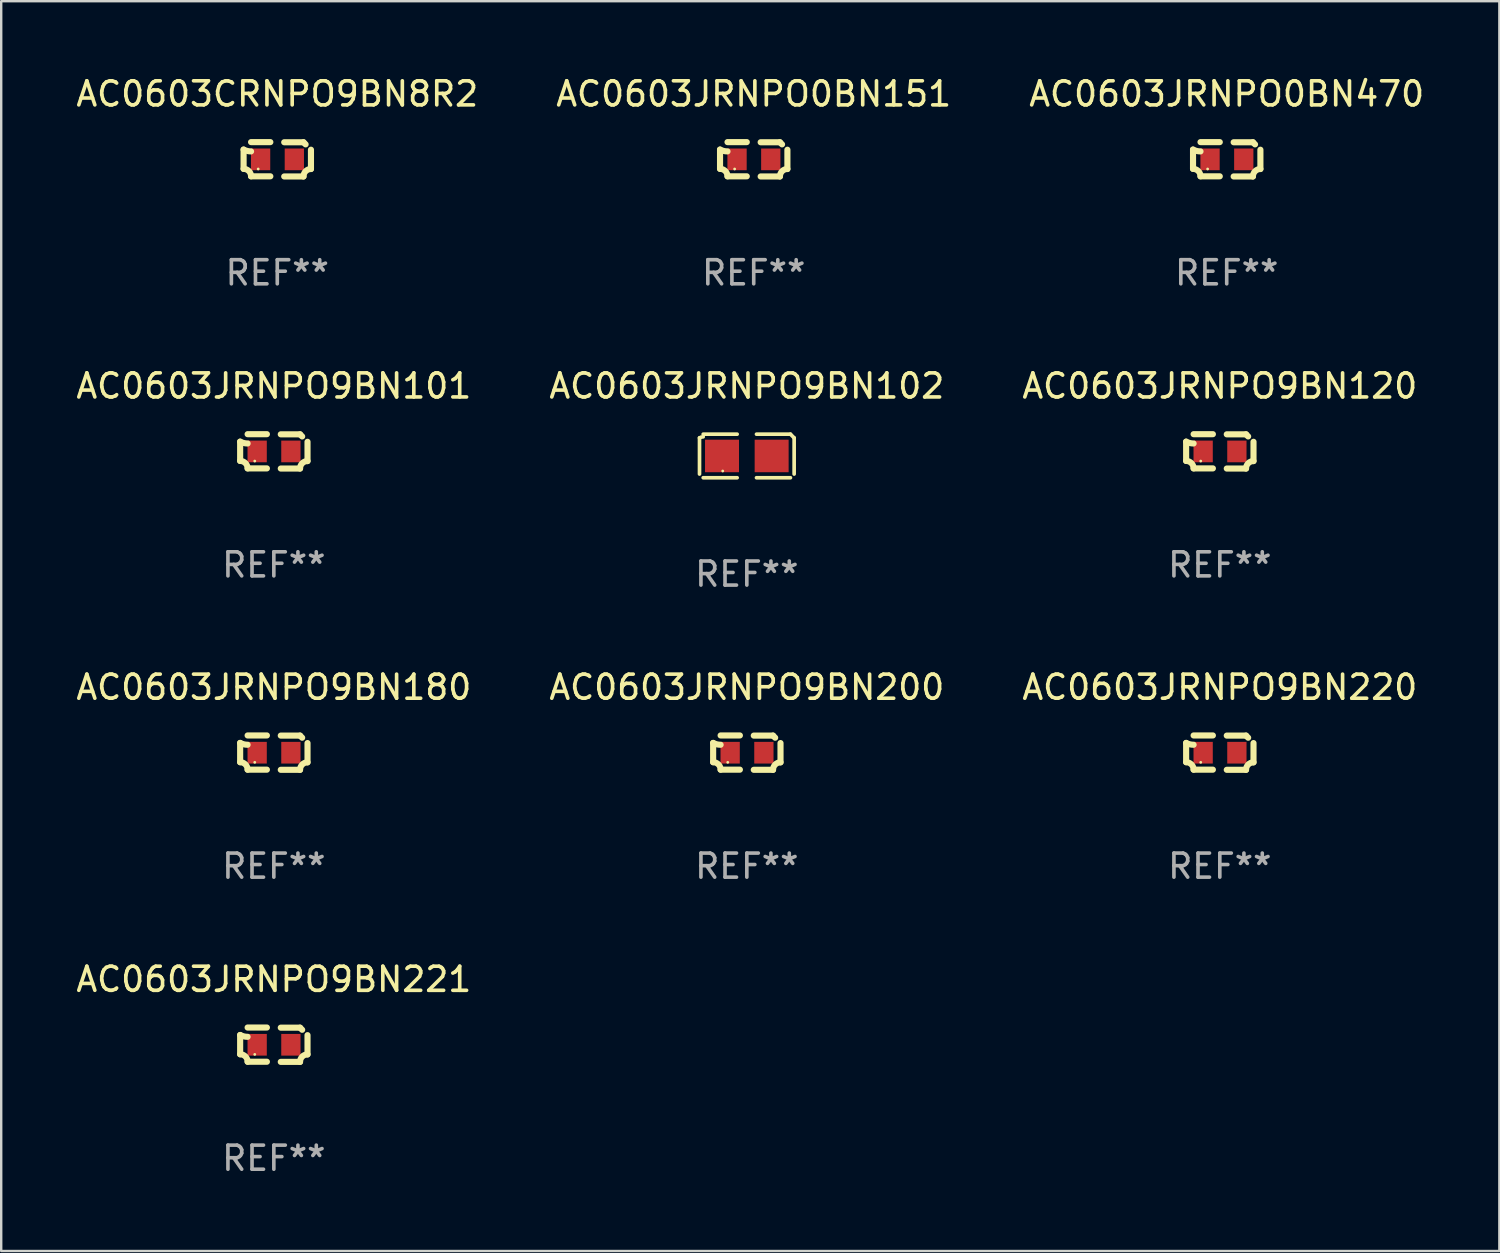
<source format=kicad_pcb>
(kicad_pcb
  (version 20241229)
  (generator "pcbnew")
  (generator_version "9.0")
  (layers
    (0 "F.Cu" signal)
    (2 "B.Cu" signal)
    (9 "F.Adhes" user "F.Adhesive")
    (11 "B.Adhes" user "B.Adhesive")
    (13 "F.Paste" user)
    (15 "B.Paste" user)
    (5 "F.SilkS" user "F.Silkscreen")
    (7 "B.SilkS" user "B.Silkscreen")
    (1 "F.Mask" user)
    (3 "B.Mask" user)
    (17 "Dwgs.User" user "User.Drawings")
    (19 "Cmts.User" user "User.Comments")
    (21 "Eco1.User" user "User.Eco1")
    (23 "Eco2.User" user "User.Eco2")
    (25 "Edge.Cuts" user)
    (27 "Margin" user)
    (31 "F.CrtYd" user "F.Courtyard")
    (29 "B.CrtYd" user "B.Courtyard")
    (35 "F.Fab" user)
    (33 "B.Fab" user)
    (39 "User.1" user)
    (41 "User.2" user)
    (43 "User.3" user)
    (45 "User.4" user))
  (footprint "AC0603JRNPO9BN180"
    (layer "F.Cu")
    (at 8.315 28.187)
    (property "Reference" "AC0603JRNPO9BN180" (at 0 -2.713 0) (layer "F.SilkS") (effects (font (size 1 1) (thickness 0.15))))
    (attr through_hole)
    (fp_line (start -1.398 -0.403) (end -1.398 0.397) (stroke (width 0.254) (type solid)) (layer "F.SilkS"))
    (fp_line (start -0.288 -0.713) (end -1.088 -0.713) (stroke (width 0.254) (type solid)) (layer "F.SilkS"))
    (fp_line (start -0.288 0.707) (end -1.088 0.707) (stroke (width 0.254) (type solid)) (layer "F.SilkS"))
    (fp_line (start 0.288 -0.707) (end 1.088 -0.707) (stroke (width 0.254) (type solid)) (layer "F.SilkS"))
    (fp_line (start 0.288 0.713) (end 1.088 0.713) (stroke (width 0.254) (type solid)) (layer "F.SilkS"))
    (fp_line (start 1.398 -0.397) (end 1.398 0.403) (stroke (width 0.254) (type solid)) (layer "F.SilkS"))
    (fp_arc (start -1.397789 0.397066) (mid -1.178701 0.487826) (end -1.08796 0.706922) (stroke (width 0.254001) (type solid)) (layer "F.SilkS"))
    (fp_arc (start -1.08796 -0.327176) (mid -1.247436 -0.346384) (end -1.39779 -0.402908) (stroke (width 0.254001) (type solid)) (layer "F.SilkS"))
    (fp_arc (start 1.087909 0.712738) (mid 1.178656 0.493655) (end 1.397739 0.402908) (stroke (width 0.254001) (type solid)) (layer "F.SilkS"))
    (fp_arc (start 1.175925 -0.618926) (mid 1.131917 -0.662923) (end 1.08791 -0.706922) (stroke (width 0.254001) (type solid)) (layer "F.SilkS"))
    (fp_circle (center -0.792 0.403) (end -0.762 0.403) (stroke (width 0.06) (type solid)) (fill no) (layer "F.SilkS"))
    (fp_text user "REF**" (at 0 4.713 0) (layer "F.Fab") (effects (font (size 1 1) (thickness 0.15))))
    (pad "1" smd rect (at -0.692 0.003) (size 0.8 0.9) (layers "F.Cu" "F.Mask" "F.Paste"))
    (pad "2" smd rect (at 0.708 0.003) (size 0.8 0.9) (layers "F.Cu" "F.Mask" "F.Paste")))
  (footprint "AC0603JRNPO9BN120"
    (layer "F.Cu")
    (at 47.577 15.683)
    (property "Reference" "AC0603JRNPO9BN120" (at 0 -2.713 0) (layer "F.SilkS") (effects (font (size 1 1) (thickness 0.15))))
    (attr through_hole)
    (fp_line (start -1.398 -0.403) (end -1.398 0.397) (stroke (width 0.254) (type solid)) (layer "F.SilkS"))
    (fp_line (start -0.288 -0.713) (end -1.088 -0.713) (stroke (width 0.254) (type solid)) (layer "F.SilkS"))
    (fp_line (start -0.288 0.707) (end -1.088 0.707) (stroke (width 0.254) (type solid)) (layer "F.SilkS"))
    (fp_line (start 0.288 -0.707) (end 1.088 -0.707) (stroke (width 0.254) (type solid)) (layer "F.SilkS"))
    (fp_line (start 0.288 0.713) (end 1.088 0.713) (stroke (width 0.254) (type solid)) (layer "F.SilkS"))
    (fp_line (start 1.398 -0.397) (end 1.398 0.403) (stroke (width 0.254) (type solid)) (layer "F.SilkS"))
    (fp_arc (start -1.397789 0.397066) (mid -1.178701 0.487826) (end -1.08796 0.706922) (stroke (width 0.254001) (type solid)) (layer "F.SilkS"))
    (fp_arc (start -1.08796 -0.327176) (mid -1.247436 -0.346384) (end -1.39779 -0.402908) (stroke (width 0.254001) (type solid)) (layer "F.SilkS"))
    (fp_arc (start 1.087909 0.712738) (mid 1.178656 0.493655) (end 1.397739 0.402908) (stroke (width 0.254001) (type solid)) (layer "F.SilkS"))
    (fp_arc (start 1.175925 -0.618926) (mid 1.131917 -0.662923) (end 1.08791 -0.706922) (stroke (width 0.254001) (type solid)) (layer "F.SilkS"))
    (fp_circle (center -0.792 0.403) (end -0.762 0.403) (stroke (width 0.06) (type solid)) (fill no) (layer "F.SilkS"))
    (fp_text user "REF**" (at 0 4.713 0) (layer "F.Fab") (effects (font (size 1 1) (thickness 0.15))))
    (pad "1" smd rect (at -0.692 0.003) (size 0.8 0.9) (layers "F.Cu" "F.Mask" "F.Paste"))
    (pad "2" smd rect (at 0.708 0.003) (size 0.8 0.9) (layers "F.Cu" "F.Mask" "F.Paste")))
  (footprint "AC0603CRNPO9BN8R2"
    (layer "F.Cu")
    (at 8.458 3.561)
    (property "Reference" "AC0603CRNPO9BN8R2" (at 0 -2.713 0) (layer "F.SilkS") (effects (font (size 1 1) (thickness 0.15))))
    (attr through_hole)
    (fp_line (start -1.398 -0.403) (end -1.398 0.397) (stroke (width 0.254) (type solid)) (layer "F.SilkS"))
    (fp_line (start -0.288 -0.713) (end -1.088 -0.713) (stroke (width 0.254) (type solid)) (layer "F.SilkS"))
    (fp_line (start -0.288 0.707) (end -1.088 0.707) (stroke (width 0.254) (type solid)) (layer "F.SilkS"))
    (fp_line (start 0.288 -0.707) (end 1.088 -0.707) (stroke (width 0.254) (type solid)) (layer "F.SilkS"))
    (fp_line (start 0.288 0.713) (end 1.088 0.713) (stroke (width 0.254) (type solid)) (layer "F.SilkS"))
    (fp_line (start 1.398 -0.397) (end 1.398 0.403) (stroke (width 0.254) (type solid)) (layer "F.SilkS"))
    (fp_arc (start -1.397789 0.397066) (mid -1.178701 0.487826) (end -1.08796 0.706922) (stroke (width 0.254001) (type solid)) (layer "F.SilkS"))
    (fp_arc (start -1.08796 -0.327176) (mid -1.247436 -0.346384) (end -1.39779 -0.402908) (stroke (width 0.254001) (type solid)) (layer "F.SilkS"))
    (fp_arc (start 1.087909 0.712738) (mid 1.178656 0.493655) (end 1.397739 0.402908) (stroke (width 0.254001) (type solid)) (layer "F.SilkS"))
    (fp_arc (start 1.175925 -0.618926) (mid 1.131917 -0.662923) (end 1.08791 -0.706922) (stroke (width 0.254001) (type solid)) (layer "F.SilkS"))
    (fp_circle (center -0.792 0.403) (end -0.762 0.403) (stroke (width 0.06) (type solid)) (fill no) (layer "F.SilkS"))
    (fp_text user "REF**" (at 0 4.713 0) (layer "F.Fab") (effects (font (size 1 1) (thickness 0.15))))
    (pad "1" smd rect (at -0.692 0.003) (size 0.8 0.9) (layers "F.Cu" "F.Mask" "F.Paste"))
    (pad "2" smd rect (at 0.708 0.003) (size 0.8 0.9) (layers "F.Cu" "F.Mask" "F.Paste")))
  (footprint "AC0603JRNPO9BN221"
    (layer "F.Cu")
    (at 8.315 40.309)
    (property "Reference" "AC0603JRNPO9BN221" (at 0 -2.713 0) (layer "F.SilkS") (effects (font (size 1 1) (thickness 0.15))))
    (attr through_hole)
    (fp_line (start -1.398 -0.403) (end -1.398 0.397) (stroke (width 0.254) (type solid)) (layer "F.SilkS"))
    (fp_line (start -0.288 -0.713) (end -1.088 -0.713) (stroke (width 0.254) (type solid)) (layer "F.SilkS"))
    (fp_line (start -0.288 0.707) (end -1.088 0.707) (stroke (width 0.254) (type solid)) (layer "F.SilkS"))
    (fp_line (start 0.288 -0.707) (end 1.088 -0.707) (stroke (width 0.254) (type solid)) (layer "F.SilkS"))
    (fp_line (start 0.288 0.713) (end 1.088 0.713) (stroke (width 0.254) (type solid)) (layer "F.SilkS"))
    (fp_line (start 1.398 -0.397) (end 1.398 0.403) (stroke (width 0.254) (type solid)) (layer "F.SilkS"))
    (fp_arc (start -1.397789 0.397066) (mid -1.178701 0.487826) (end -1.08796 0.706922) (stroke (width 0.254001) (type solid)) (layer "F.SilkS"))
    (fp_arc (start -1.08796 -0.327176) (mid -1.247436 -0.346384) (end -1.39779 -0.402908) (stroke (width 0.254001) (type solid)) (layer "F.SilkS"))
    (fp_arc (start 1.087909 0.712738) (mid 1.178656 0.493655) (end 1.397739 0.402908) (stroke (width 0.254001) (type solid)) (layer "F.SilkS"))
    (fp_arc (start 1.175925 -0.618926) (mid 1.131917 -0.662923) (end 1.08791 -0.706922) (stroke (width 0.254001) (type solid)) (layer "F.SilkS"))
    (fp_circle (center -0.792 0.403) (end -0.762 0.403) (stroke (width 0.06) (type solid)) (fill no) (layer "F.SilkS"))
    (fp_text user "REF**" (at 0 4.713 0) (layer "F.Fab") (effects (font (size 1 1) (thickness 0.15))))
    (pad "1" smd rect (at -0.692 0.003) (size 0.8 0.9) (layers "F.Cu" "F.Mask" "F.Paste"))
    (pad "2" smd rect (at 0.708 0.003) (size 0.8 0.9) (layers "F.Cu" "F.Mask" "F.Paste")))
  (footprint "AC0603JRNPO0BN470"
    (layer "F.Cu")
    (at 47.863 3.561)
    (property "Reference" "AC0603JRNPO0BN470" (at 0 -2.713 0) (layer "F.SilkS") (effects (font (size 1 1) (thickness 0.15))))
    (attr through_hole)
    (fp_line (start -1.398 -0.403) (end -1.398 0.397) (stroke (width 0.254) (type solid)) (layer "F.SilkS"))
    (fp_line (start -0.288 -0.713) (end -1.088 -0.713) (stroke (width 0.254) (type solid)) (layer "F.SilkS"))
    (fp_line (start -0.288 0.707) (end -1.088 0.707) (stroke (width 0.254) (type solid)) (layer "F.SilkS"))
    (fp_line (start 0.288 -0.707) (end 1.088 -0.707) (stroke (width 0.254) (type solid)) (layer "F.SilkS"))
    (fp_line (start 0.288 0.713) (end 1.088 0.713) (stroke (width 0.254) (type solid)) (layer "F.SilkS"))
    (fp_line (start 1.398 -0.397) (end 1.398 0.403) (stroke (width 0.254) (type solid)) (layer "F.SilkS"))
    (fp_arc (start -1.397789 0.397066) (mid -1.178701 0.487826) (end -1.08796 0.706922) (stroke (width 0.254001) (type solid)) (layer "F.SilkS"))
    (fp_arc (start -1.08796 -0.327176) (mid -1.247436 -0.346384) (end -1.39779 -0.402908) (stroke (width 0.254001) (type solid)) (layer "F.SilkS"))
    (fp_arc (start 1.087909 0.712738) (mid 1.178656 0.493655) (end 1.397739 0.402908) (stroke (width 0.254001) (type solid)) (layer "F.SilkS"))
    (fp_arc (start 1.175925 -0.618926) (mid 1.131917 -0.662923) (end 1.08791 -0.706922) (stroke (width 0.254001) (type solid)) (layer "F.SilkS"))
    (fp_circle (center -0.792 0.403) (end -0.762 0.403) (stroke (width 0.06) (type solid)) (fill no) (layer "F.SilkS"))
    (fp_text user "REF**" (at 0 4.713 0) (layer "F.Fab") (effects (font (size 1 1) (thickness 0.15))))
    (pad "1" smd rect (at -0.692 0.003) (size 0.8 0.9) (layers "F.Cu" "F.Mask" "F.Paste"))
    (pad "2" smd rect (at 0.708 0.003) (size 0.8 0.9) (layers "F.Cu" "F.Mask" "F.Paste")))
  (footprint "AC0603JRNPO0BN151"
    (layer "F.Cu")
    (at 28.232 3.561)
    (property "Reference" "AC0603JRNPO0BN151" (at 0 -2.713 0) (layer "F.SilkS") (effects (font (size 1 1) (thickness 0.15))))
    (attr through_hole)
    (fp_line (start -1.398 -0.403) (end -1.398 0.397) (stroke (width 0.254) (type solid)) (layer "F.SilkS"))
    (fp_line (start -0.288 -0.713) (end -1.088 -0.713) (stroke (width 0.254) (type solid)) (layer "F.SilkS"))
    (fp_line (start -0.288 0.707) (end -1.088 0.707) (stroke (width 0.254) (type solid)) (layer "F.SilkS"))
    (fp_line (start 0.288 -0.707) (end 1.088 -0.707) (stroke (width 0.254) (type solid)) (layer "F.SilkS"))
    (fp_line (start 0.288 0.713) (end 1.088 0.713) (stroke (width 0.254) (type solid)) (layer "F.SilkS"))
    (fp_line (start 1.398 -0.397) (end 1.398 0.403) (stroke (width 0.254) (type solid)) (layer "F.SilkS"))
    (fp_arc (start -1.397789 0.397066) (mid -1.178701 0.487826) (end -1.08796 0.706922) (stroke (width 0.254001) (type solid)) (layer "F.SilkS"))
    (fp_arc (start -1.08796 -0.327176) (mid -1.247436 -0.346384) (end -1.39779 -0.402908) (stroke (width 0.254001) (type solid)) (layer "F.SilkS"))
    (fp_arc (start 1.087909 0.712738) (mid 1.178656 0.493655) (end 1.397739 0.402908) (stroke (width 0.254001) (type solid)) (layer "F.SilkS"))
    (fp_arc (start 1.175925 -0.618926) (mid 1.131917 -0.662923) (end 1.08791 -0.706922) (stroke (width 0.254001) (type solid)) (layer "F.SilkS"))
    (fp_circle (center -0.792 0.403) (end -0.762 0.403) (stroke (width 0.06) (type solid)) (fill no) (layer "F.SilkS"))
    (fp_text user "REF**" (at 0 4.713 0) (layer "F.Fab") (effects (font (size 1 1) (thickness 0.15))))
    (pad "1" smd rect (at -0.692 0.003) (size 0.8 0.9) (layers "F.Cu" "F.Mask" "F.Paste"))
    (pad "2" smd rect (at 0.708 0.003) (size 0.8 0.9) (layers "F.Cu" "F.Mask" "F.Paste")))
  (footprint "AC0603JRNPO9BN102"
    (layer "F.Cu")
    (at 27.946 15.874)
    (property "Reference" "AC0603JRNPO9BN102" (at 0 -2.904 0) (layer "F.SilkS") (effects (font (size 1 1) (thickness 0.15))))
    (attr through_hole)
    (fp_line (start -1.964 0.751) (end -1.964 -0.751) (stroke (width 0.152) (type solid)) (layer "F.SilkS"))
    (fp_line (start -1.811 -0.904) (end -0.401 -0.904) (stroke (width 0.152) (type solid)) (layer "F.SilkS"))
    (fp_line (start -0.401 0.904) (end -1.811 0.904) (stroke (width 0.152) (type solid)) (layer "F.SilkS"))
    (fp_line (start 0.401 0.904) (end 1.811 0.904) (stroke (width 0.152) (type solid)) (layer "F.SilkS"))
    (fp_line (start 1.811 -0.904) (end 0.401 -0.904) (stroke (width 0.152) (type solid)) (layer "F.SilkS"))
    (fp_line (start 1.964 0.751) (end 1.964 -0.751) (stroke (width 0.152) (type solid)) (layer "F.SilkS"))
    (fp_arc (start -1.963602 -0.751207) (mid -1.890354 -0.783131) (end -1.811201 -0.794044) (stroke (width 0.1524) (type solid)) (layer "F.SilkS"))
    (fp_arc (start 1.811202 -0.903607) (mid 1.887413 -0.827418) (end 1.963602 -0.751207) (stroke (width 0.1524) (type solid)) (layer "F.SilkS"))
    (fp_circle (center -1 0.625) (end -0.97 0.625) (stroke (width 0.06) (type solid)) (fill no) (layer "F.SilkS"))
    (fp_text user "REF**" (at 0 4.904 0) (layer "F.Fab") (effects (font (size 1 1) (thickness 0.15))))
    (pad "1" smd rect (at -1.03 0) (size 1.41 1.35) (layers "F.Cu" "F.Mask" "F.Paste"))
    (pad "2" smd rect (at 1.03 0) (size 1.41 1.35) (layers "F.Cu" "F.Mask" "F.Paste")))
  (footprint "AC0603JRNPO9BN220"
    (layer "F.Cu")
    (at 47.577 28.187)
    (property "Reference" "AC0603JRNPO9BN220" (at 0 -2.713 0) (layer "F.SilkS") (effects (font (size 1 1) (thickness 0.15))))
    (attr through_hole)
    (fp_line (start -1.398 -0.403) (end -1.398 0.397) (stroke (width 0.254) (type solid)) (layer "F.SilkS"))
    (fp_line (start -0.288 -0.713) (end -1.088 -0.713) (stroke (width 0.254) (type solid)) (layer "F.SilkS"))
    (fp_line (start -0.288 0.707) (end -1.088 0.707) (stroke (width 0.254) (type solid)) (layer "F.SilkS"))
    (fp_line (start 0.288 -0.707) (end 1.088 -0.707) (stroke (width 0.254) (type solid)) (layer "F.SilkS"))
    (fp_line (start 0.288 0.713) (end 1.088 0.713) (stroke (width 0.254) (type solid)) (layer "F.SilkS"))
    (fp_line (start 1.398 -0.397) (end 1.398 0.403) (stroke (width 0.254) (type solid)) (layer "F.SilkS"))
    (fp_arc (start -1.397789 0.397066) (mid -1.178701 0.487826) (end -1.08796 0.706922) (stroke (width 0.254001) (type solid)) (layer "F.SilkS"))
    (fp_arc (start -1.08796 -0.327176) (mid -1.247436 -0.346384) (end -1.39779 -0.402908) (stroke (width 0.254001) (type solid)) (layer "F.SilkS"))
    (fp_arc (start 1.087909 0.712738) (mid 1.178656 0.493655) (end 1.397739 0.402908) (stroke (width 0.254001) (type solid)) (layer "F.SilkS"))
    (fp_arc (start 1.175925 -0.618926) (mid 1.131917 -0.662923) (end 1.08791 -0.706922) (stroke (width 0.254001) (type solid)) (layer "F.SilkS"))
    (fp_circle (center -0.792 0.403) (end -0.762 0.403) (stroke (width 0.06) (type solid)) (fill no) (layer "F.SilkS"))
    (fp_text user "REF**" (at 0 4.713 0) (layer "F.Fab") (effects (font (size 1 1) (thickness 0.15))))
    (pad "1" smd rect (at -0.692 0.003) (size 0.8 0.9) (layers "F.Cu" "F.Mask" "F.Paste"))
    (pad "2" smd rect (at 0.708 0.003) (size 0.8 0.9) (layers "F.Cu" "F.Mask" "F.Paste")))
  (footprint "AC0603JRNPO9BN101"
    (layer "F.Cu")
    (at 8.315 15.683)
    (property "Reference" "AC0603JRNPO9BN101" (at 0 -2.713 0) (layer "F.SilkS") (effects (font (size 1 1) (thickness 0.15))))
    (attr through_hole)
    (fp_line (start -1.398 -0.403) (end -1.398 0.397) (stroke (width 0.254) (type solid)) (layer "F.SilkS"))
    (fp_line (start -0.288 -0.713) (end -1.088 -0.713) (stroke (width 0.254) (type solid)) (layer "F.SilkS"))
    (fp_line (start -0.288 0.707) (end -1.088 0.707) (stroke (width 0.254) (type solid)) (layer "F.SilkS"))
    (fp_line (start 0.288 -0.707) (end 1.088 -0.707) (stroke (width 0.254) (type solid)) (layer "F.SilkS"))
    (fp_line (start 0.288 0.713) (end 1.088 0.713) (stroke (width 0.254) (type solid)) (layer "F.SilkS"))
    (fp_line (start 1.398 -0.397) (end 1.398 0.403) (stroke (width 0.254) (type solid)) (layer "F.SilkS"))
    (fp_arc (start -1.397789 0.397066) (mid -1.178701 0.487826) (end -1.08796 0.706922) (stroke (width 0.254001) (type solid)) (layer "F.SilkS"))
    (fp_arc (start -1.08796 -0.327176) (mid -1.247436 -0.346384) (end -1.39779 -0.402908) (stroke (width 0.254001) (type solid)) (layer "F.SilkS"))
    (fp_arc (start 1.087909 0.712738) (mid 1.178656 0.493655) (end 1.397739 0.402908) (stroke (width 0.254001) (type solid)) (layer "F.SilkS"))
    (fp_arc (start 1.175925 -0.618926) (mid 1.131917 -0.662923) (end 1.08791 -0.706922) (stroke (width 0.254001) (type solid)) (layer "F.SilkS"))
    (fp_circle (center -0.792 0.403) (end -0.762 0.403) (stroke (width 0.06) (type solid)) (fill no) (layer "F.SilkS"))
    (fp_text user "REF**" (at 0 4.713 0) (layer "F.Fab") (effects (font (size 1 1) (thickness 0.15))))
    (pad "1" smd rect (at -0.692 0.003) (size 0.8 0.9) (layers "F.Cu" "F.Mask" "F.Paste"))
    (pad "2" smd rect (at 0.708 0.003) (size 0.8 0.9) (layers "F.Cu" "F.Mask" "F.Paste")))
  (footprint "AC0603JRNPO9BN200"
    (layer "F.Cu")
    (at 27.946 28.187)
    (property "Reference" "AC0603JRNPO9BN200" (at 0 -2.713 0) (layer "F.SilkS") (effects (font (size 1 1) (thickness 0.15))))
    (attr through_hole)
    (fp_line (start -1.398 -0.403) (end -1.398 0.397) (stroke (width 0.254) (type solid)) (layer "F.SilkS"))
    (fp_line (start -0.288 -0.713) (end -1.088 -0.713) (stroke (width 0.254) (type solid)) (layer "F.SilkS"))
    (fp_line (start -0.288 0.707) (end -1.088 0.707) (stroke (width 0.254) (type solid)) (layer "F.SilkS"))
    (fp_line (start 0.288 -0.707) (end 1.088 -0.707) (stroke (width 0.254) (type solid)) (layer "F.SilkS"))
    (fp_line (start 0.288 0.713) (end 1.088 0.713) (stroke (width 0.254) (type solid)) (layer "F.SilkS"))
    (fp_line (start 1.398 -0.397) (end 1.398 0.403) (stroke (width 0.254) (type solid)) (layer "F.SilkS"))
    (fp_arc (start -1.397789 0.397066) (mid -1.178701 0.487826) (end -1.08796 0.706922) (stroke (width 0.254001) (type solid)) (layer "F.SilkS"))
    (fp_arc (start -1.08796 -0.327176) (mid -1.247436 -0.346384) (end -1.39779 -0.402908) (stroke (width 0.254001) (type solid)) (layer "F.SilkS"))
    (fp_arc (start 1.087909 0.712738) (mid 1.178656 0.493655) (end 1.397739 0.402908) (stroke (width 0.254001) (type solid)) (layer "F.SilkS"))
    (fp_arc (start 1.175925 -0.618926) (mid 1.131917 -0.662923) (end 1.08791 -0.706922) (stroke (width 0.254001) (type solid)) (layer "F.SilkS"))
    (fp_circle (center -0.792 0.403) (end -0.762 0.403) (stroke (width 0.06) (type solid)) (fill no) (layer "F.SilkS"))
    (fp_text user "REF**" (at 0 4.713 0) (layer "F.Fab") (effects (font (size 1 1) (thickness 0.15))))
    (pad "1" smd rect (at -0.692 0.003) (size 0.8 0.9) (layers "F.Cu" "F.Mask" "F.Paste"))
    (pad "2" smd rect (at 0.708 0.003) (size 0.8 0.9) (layers "F.Cu" "F.Mask" "F.Paste")))
  (gr_rect
    (start -3 -3)
    (end 59.179 48.87)
    (stroke (width 0.1) (type default))
    (fill no)
    (layer "Edge.Cuts")))
</source>
